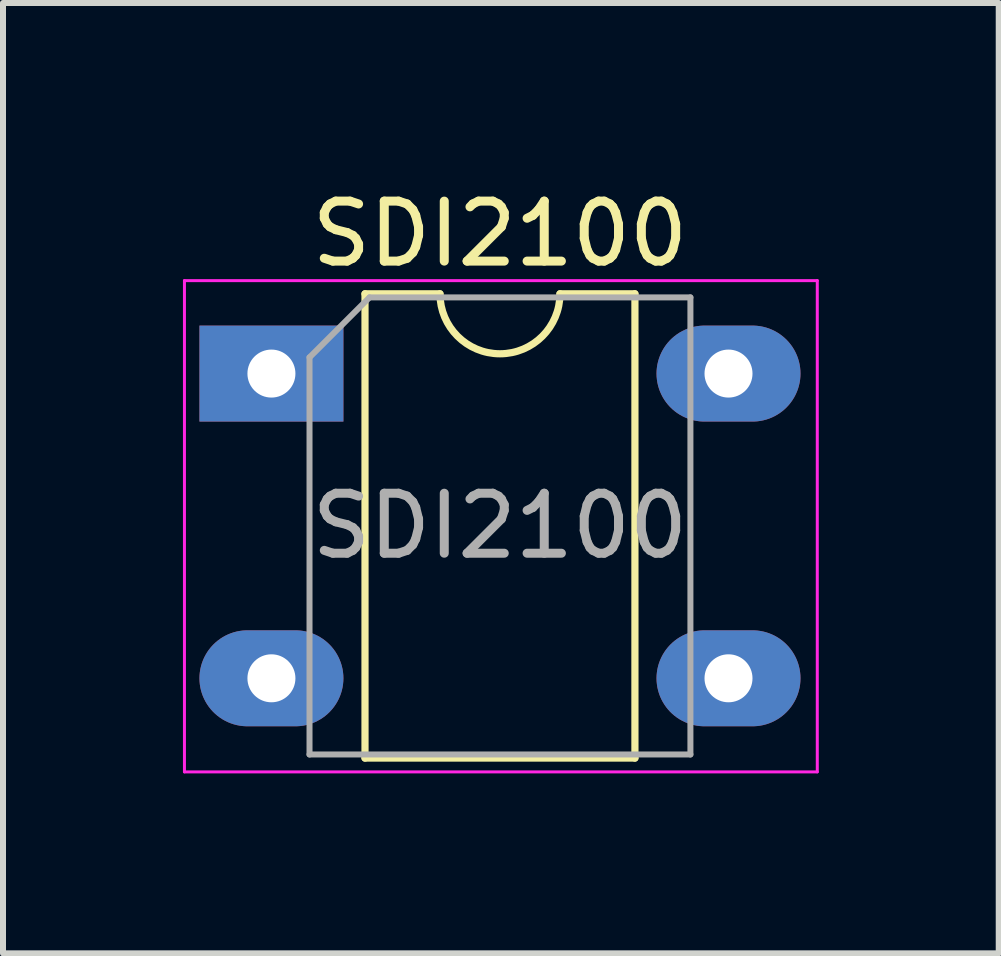
<source format=kicad_pcb>
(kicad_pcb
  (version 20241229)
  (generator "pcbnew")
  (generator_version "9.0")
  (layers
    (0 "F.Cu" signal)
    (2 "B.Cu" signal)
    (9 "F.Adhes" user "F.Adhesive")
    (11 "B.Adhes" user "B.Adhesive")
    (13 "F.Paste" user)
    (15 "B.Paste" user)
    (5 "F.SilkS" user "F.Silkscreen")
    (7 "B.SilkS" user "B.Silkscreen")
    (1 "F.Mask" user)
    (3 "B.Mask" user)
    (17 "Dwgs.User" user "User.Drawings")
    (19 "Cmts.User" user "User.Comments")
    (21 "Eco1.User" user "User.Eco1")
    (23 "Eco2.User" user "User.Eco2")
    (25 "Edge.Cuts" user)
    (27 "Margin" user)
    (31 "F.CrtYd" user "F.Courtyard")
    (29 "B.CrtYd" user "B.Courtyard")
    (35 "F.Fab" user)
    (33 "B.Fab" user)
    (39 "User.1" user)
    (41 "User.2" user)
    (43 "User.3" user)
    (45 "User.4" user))
  (footprint "SDI2100"
    (layer "F.Cu")
    (at 1.475 3.178)
    (property "Reference" "SDI2100" (at 3.81 -2.33 0) (layer "F.SilkS") (effects (font (size 1 1) (thickness 0.15))))
    (attr through_hole)
    (fp_line (start 1.56 -1.33) (end 1.56 6.41) (stroke (width 0.12) (type solid)) (layer "F.SilkS"))
    (fp_line (start 1.56 6.41) (end 6.06 6.41) (stroke (width 0.12) (type solid)) (layer "F.SilkS"))
    (fp_line (start 2.81 -1.33) (end 1.56 -1.33) (stroke (width 0.12) (type solid)) (layer "F.SilkS"))
    (fp_line (start 6.06 -1.33) (end 4.81 -1.33) (stroke (width 0.12) (type solid)) (layer "F.SilkS"))
    (fp_line (start 6.06 6.41) (end 6.06 -1.33) (stroke (width 0.12) (type solid)) (layer "F.SilkS"))
    (fp_arc (start 4.81 -1.33) (mid 3.81 -0.33) (end 2.81 -1.33) (stroke (width 0.12) (type solid)) (layer "F.SilkS"))
    (fp_line (start -1.45 -1.55) (end -1.45 6.64) (stroke (width 0.05) (type solid)) (layer "F.CrtYd"))
    (fp_line (start -1.45 6.64) (end 9.1 6.64) (stroke (width 0.05) (type solid)) (layer "F.CrtYd"))
    (fp_line (start 9.1 -1.55) (end -1.45 -1.55) (stroke (width 0.05) (type solid)) (layer "F.CrtYd"))
    (fp_line (start 9.1 6.64) (end 9.1 -1.55) (stroke (width 0.05) (type solid)) (layer "F.CrtYd"))
    (fp_line (start 0.635 -0.27) (end 1.635 -1.27) (stroke (width 0.1) (type solid)) (layer "F.Fab"))
    (fp_line (start 0.635 6.35) (end 0.635 -0.27) (stroke (width 0.1) (type solid)) (layer "F.Fab"))
    (fp_line (start 1.635 -1.27) (end 6.985 -1.27) (stroke (width 0.1) (type solid)) (layer "F.Fab"))
    (fp_line (start 6.985 -1.27) (end 6.985 6.35) (stroke (width 0.1) (type solid)) (layer "F.Fab"))
    (fp_line (start 6.985 6.35) (end 0.635 6.35) (stroke (width 0.1) (type solid)) (layer "F.Fab"))
    (fp_text user "${REFERENCE}" (at 3.81 2.54 0) (layer "F.Fab") (effects (font (size 1 1) (thickness 0.15))))
    (pad "1" thru_hole rect (at 0 0) (size 2.4 1.6) (drill 0.8) (layers "*.Cu" "*.Mask"))
    (pad "2" thru_hole oval (at 0 5.08) (size 2.4 1.6) (drill 0.8) (layers "*.Cu" "*.Mask"))
    (pad "3" thru_hole oval (at 7.62 5.08) (size 2.4 1.6) (drill 0.8) (layers "*.Cu" "*.Mask"))
    (pad "4" thru_hole oval (at 7.62 0) (size 2.4 1.6) (drill 0.8) (layers "*.Cu" "*.Mask")))
  (gr_rect
    (start -3 -3)
    (end 13.6 12.843)
    (stroke (width 0.1) (type default))
    (fill no)
    (layer "Edge.Cuts")))
</source>
